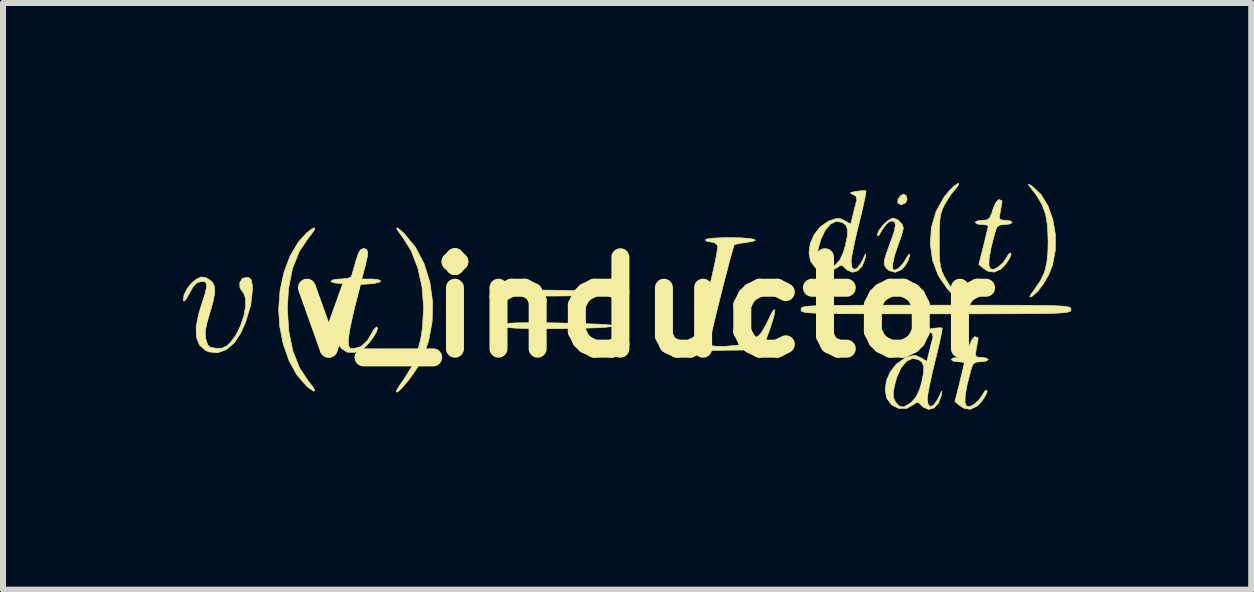
<source format=kicad_pcb>
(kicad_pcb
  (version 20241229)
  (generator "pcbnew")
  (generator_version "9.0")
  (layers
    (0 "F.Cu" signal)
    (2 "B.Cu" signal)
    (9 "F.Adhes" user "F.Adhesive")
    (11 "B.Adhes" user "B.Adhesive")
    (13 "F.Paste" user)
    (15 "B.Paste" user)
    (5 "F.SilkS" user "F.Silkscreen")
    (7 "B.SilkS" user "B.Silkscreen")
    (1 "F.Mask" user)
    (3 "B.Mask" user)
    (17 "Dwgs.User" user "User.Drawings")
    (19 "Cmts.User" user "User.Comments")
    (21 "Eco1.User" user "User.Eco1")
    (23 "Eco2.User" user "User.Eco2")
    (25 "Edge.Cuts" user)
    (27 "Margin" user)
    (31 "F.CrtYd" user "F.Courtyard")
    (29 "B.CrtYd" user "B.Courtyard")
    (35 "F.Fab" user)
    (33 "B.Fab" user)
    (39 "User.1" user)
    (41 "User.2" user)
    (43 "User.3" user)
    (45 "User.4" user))
  (footprint "v_inductor"
    (layer "F.Cu")
    (at 7.691 2.073)
    (property "Reference" "v_inductor" (at 0 0 0) (layer "F.SilkS") (effects (font (size 1.524 1.524) (thickness 0.3))))
    (attr through_hole)
    (fp_poly (pts (xy 4.367 -1.859) (xy 4.38 -1.799) (xy 4.358 -1.744) (xy 4.351 -1.739) (xy 4.279 -1.708) (xy 4.233 -1.733) (xy 4.226 -1.743) (xy 4.228 -1.798) (xy 4.267 -1.857) (xy 4.321 -1.887) (xy 4.324 -1.887) (xy 4.367 -1.859)) (stroke (width 0.01) (type solid)) (fill yes) (layer "F.SilkS"))
    (fp_poly (pts (xy -1.765 -0.288) (xy -1.555 -0.286) (xy -1.336 -0.282) (xy -1.12 -0.276) (xy -0.919 -0.27) (xy -0.745 -0.262) (xy -0.609 -0.253) (xy -0.523 -0.244) (xy -0.499 -0.236) (xy -0.536 -0.224) (xy -0.634 -0.214) (xy -0.781 -0.205) (xy -0.964 -0.198) (xy -1.171 -0.192) (xy -1.392 -0.189) (xy -1.612 -0.188) (xy -1.822 -0.189) (xy -2.007 -0.192) (xy -2.158 -0.198) (xy -2.26 -0.206) (xy -2.304 -0.217) (xy -2.304 -0.217) (xy -2.298 -0.261) (xy -2.279 -0.273) (xy -2.223 -0.281) (xy -2.111 -0.285) (xy -1.954 -0.288) (xy -1.765 -0.288)) (stroke (width 0.01) (type solid)) (fill yes) (layer "F.SilkS"))
    (fp_poly (pts (xy -1.765 0.257) (xy -1.555 0.259) (xy -1.336 0.263) (xy -1.12 0.268) (xy -0.919 0.275) (xy -0.745 0.282) (xy -0.609 0.291) (xy -0.523 0.3) (xy -0.499 0.308) (xy -0.536 0.32) (xy -0.634 0.331) (xy -0.781 0.34) (xy -0.964 0.347) (xy -1.171 0.352) (xy -1.392 0.355) (xy -1.612 0.357) (xy -1.822 0.356) (xy -2.007 0.352) (xy -2.158 0.347) (xy -2.26 0.338) (xy -2.304 0.327) (xy -2.304 0.327) (xy -2.298 0.284) (xy -2.279 0.271) (xy -2.223 0.264) (xy -2.111 0.259) (xy -1.954 0.257) (xy -1.765 0.257)) (stroke (width 0.01) (type solid)) (fill yes) (layer "F.SilkS"))
    (fp_poly (pts (xy -5.499 -1.293) (xy -5.554 -1.214) (xy -5.588 -1.173) (xy -5.749 -0.936) (xy -5.865 -0.647) (xy -5.932 -0.311) (xy -5.951 0.015) (xy -5.928 0.393) (xy -5.86 0.726) (xy -5.748 1.009) (xy -5.602 1.229) (xy -5.522 1.331) (xy -5.493 1.388) (xy -5.512 1.398) (xy -5.577 1.356) (xy -5.633 1.31) (xy -5.791 1.128) (xy -5.921 0.892) (xy -6.019 0.615) (xy -6.079 0.311) (xy -6.096 0.036) (xy -6.073 -0.279) (xy -6.008 -0.581) (xy -5.906 -0.853) (xy -5.771 -1.083) (xy -5.633 -1.237) (xy -5.541 -1.309) (xy -5.496 -1.326) (xy -5.499 -1.293)) (stroke (width 0.01) (type solid)) (fill yes) (layer "F.SilkS"))
    (fp_poly (pts (xy 6.421 -2.046) (xy 6.466 -2.018) (xy 6.613 -1.881) (xy 6.729 -1.691) (xy 6.81 -1.464) (xy 6.852 -1.214) (xy 6.852 -0.956) (xy 6.805 -0.704) (xy 6.804 -0.702) (xy 6.743 -0.547) (xy 6.656 -0.395) (xy 6.56 -0.268) (xy 6.467 -0.186) (xy 6.459 -0.181) (xy 6.426 -0.172) (xy 6.436 -0.203) (xy 6.492 -0.282) (xy 6.509 -0.305) (xy 6.606 -0.448) (xy 6.672 -0.588) (xy 6.71 -0.746) (xy 6.728 -0.942) (xy 6.731 -1.107) (xy 6.722 -1.352) (xy 6.69 -1.548) (xy 6.629 -1.714) (xy 6.534 -1.871) (xy 6.485 -1.936) (xy 6.421 -2.019) (xy 6.4 -2.053) (xy 6.421 -2.046)) (stroke (width 0.01) (type solid)) (fill yes) (layer "F.SilkS"))
    (fp_poly (pts (xy -4.058 -1.281) (xy -4.006 -1.232) (xy -3.815 -1.001) (xy -3.671 -0.726) (xy -3.575 -0.419) (xy -3.53 -0.093) (xy -3.537 0.241) (xy -3.598 0.57) (xy -3.714 0.881) (xy -3.718 0.889) (xy -3.775 0.991) (xy -3.849 1.103) (xy -3.931 1.214) (xy -4.011 1.311) (xy -4.078 1.382) (xy -4.123 1.415) (xy -4.137 1.404) (xy -4.117 1.364) (xy -4.066 1.283) (xy -4.006 1.197) (xy -3.88 0.994) (xy -3.79 0.775) (xy -3.726 0.519) (xy -3.7 0.35) (xy -3.679 0.005) (xy -3.705 -0.334) (xy -3.775 -0.654) (xy -3.885 -0.938) (xy -4.013 -1.145) (xy -4.095 -1.257) (xy -4.13 -1.318) (xy -4.118 -1.326) (xy -4.058 -1.281)) (stroke (width 0.01) (type solid)) (fill yes) (layer "F.SilkS"))
    (fp_poly (pts (xy 5.241 -2.046) (xy 5.2 -1.989) (xy 5.181 -1.969) (xy 5.107 -1.874) (xy 5.029 -1.753) (xy 5.002 -1.705) (xy 4.965 -1.627) (xy 4.94 -1.549) (xy 4.926 -1.453) (xy 4.919 -1.323) (xy 4.917 -1.14) (xy 4.917 -1.107) (xy 4.918 -0.915) (xy 4.924 -0.777) (xy 4.938 -0.678) (xy 4.961 -0.598) (xy 4.996 -0.521) (xy 5.002 -0.508) (xy 5.074 -0.388) (xy 5.153 -0.278) (xy 5.181 -0.245) (xy 5.231 -0.182) (xy 5.241 -0.147) (xy 5.235 -0.145) (xy 5.191 -0.171) (xy 5.119 -0.237) (xy 5.049 -0.311) (xy 4.898 -0.535) (xy 4.804 -0.789) (xy 4.767 -1.06) (xy 4.787 -1.334) (xy 4.863 -1.597) (xy 4.995 -1.835) (xy 5.09 -1.95) (xy 5.166 -2.022) (xy 5.225 -2.064) (xy 5.239 -2.068) (xy 5.241 -2.046)) (stroke (width 0.01) (type solid)) (fill yes) (layer "F.SilkS"))
    (fp_poly (pts (xy 4.225 -1.459) (xy 4.292 -1.392) (xy 4.318 -1.323) (xy 4.306 -1.265) (xy 4.274 -1.161) (xy 4.229 -1.035) (xy 4.227 -1.031) (xy 4.171 -0.863) (xy 4.142 -0.731) (xy 4.14 -0.646) (xy 4.166 -0.617) (xy 4.233 -0.647) (xy 4.31 -0.727) (xy 4.367 -0.816) (xy 4.404 -0.876) (xy 4.424 -0.884) (xy 4.425 -0.878) (xy 4.403 -0.791) (xy 4.347 -0.693) (xy 4.285 -0.627) (xy 4.181 -0.584) (xy 4.081 -0.611) (xy 4.048 -0.638) (xy 4.013 -0.68) (xy 3.998 -0.727) (xy 4.004 -0.793) (xy 4.033 -0.894) (xy 4.088 -1.044) (xy 4.105 -1.088) (xy 4.164 -1.259) (xy 4.186 -1.372) (xy 4.172 -1.431) (xy 4.122 -1.44) (xy 4.087 -1.43) (xy 4.031 -1.384) (xy 3.97 -1.3) (xy 3.955 -1.275) (xy 3.91 -1.201) (xy 3.887 -1.193) (xy 3.884 -1.209) (xy 3.91 -1.279) (xy 3.974 -1.364) (xy 4.054 -1.44) (xy 4.129 -1.484) (xy 4.149 -1.488) (xy 4.225 -1.459)) (stroke (width 0.01) (type solid)) (fill yes) (layer "F.SilkS"))
    (fp_poly (pts (xy 5.322 -0.036) (xy 5.714 -0.036) (xy 6.044 -0.035) (xy 6.318 -0.034) (xy 6.54 -0.032) (xy 6.717 -0.03) (xy 6.853 -0.026) (xy 6.953 -0.021) (xy 7.024 -0.014) (xy 7.069 -0.006) (xy 7.096 0.003) (xy 7.108 0.015) (xy 7.112 0.029) (xy 7.112 0.036) (xy 7.111 0.051) (xy 7.103 0.064) (xy 7.084 0.074) (xy 7.049 0.083) (xy 6.991 0.09) (xy 6.906 0.096) (xy 6.788 0.1) (xy 6.632 0.104) (xy 6.433 0.106) (xy 6.185 0.107) (xy 5.884 0.108) (xy 5.522 0.109) (xy 5.097 0.109) (xy 4.862 0.109) (xy 4.403 0.109) (xy 4.011 0.109) (xy 3.68 0.108) (xy 3.407 0.107) (xy 3.184 0.105) (xy 3.008 0.102) (xy 2.872 0.098) (xy 2.771 0.093) (xy 2.701 0.087) (xy 2.655 0.079) (xy 2.629 0.069) (xy 2.616 0.058) (xy 2.613 0.044) (xy 2.613 0.036) (xy 2.614 0.021) (xy 2.621 0.009) (xy 2.64 -0.002) (xy 2.676 -0.011) (xy 2.733 -0.018) (xy 2.818 -0.024) (xy 2.936 -0.028) (xy 3.092 -0.031) (xy 3.291 -0.033) (xy 3.539 -0.035) (xy 3.841 -0.036) (xy 4.202 -0.036) (xy 4.628 -0.036) (xy 4.862 -0.036) (xy 5.322 -0.036)) (stroke (width 0.01) (type solid)) (fill yes) (layer "F.SilkS"))
    (fp_poly (pts (xy 5.56 0.509) (xy 5.564 0.526) (xy 5.554 0.583) (xy 5.537 0.678) (xy 5.533 0.698) (xy 5.52 0.787) (xy 5.535 0.825) (xy 5.591 0.834) (xy 5.62 0.835) (xy 5.698 0.845) (xy 5.733 0.869) (xy 5.733 0.871) (xy 5.701 0.895) (xy 5.623 0.907) (xy 5.608 0.907) (xy 5.524 0.915) (xy 5.478 0.951) (xy 5.446 1.037) (xy 5.445 1.043) (xy 5.382 1.287) (xy 5.349 1.467) (xy 5.345 1.586) (xy 5.371 1.647) (xy 5.428 1.653) (xy 5.497 1.618) (xy 5.58 1.543) (xy 5.632 1.468) (xy 5.672 1.402) (xy 5.704 1.379) (xy 5.715 1.403) (xy 5.691 1.463) (xy 5.644 1.539) (xy 5.587 1.61) (xy 5.544 1.649) (xy 5.432 1.7) (xy 5.327 1.683) (xy 5.26 1.639) (xy 5.177 1.572) (xy 5.256 1.259) (xy 5.29 1.117) (xy 5.317 1.005) (xy 5.332 0.937) (xy 5.334 0.927) (xy 5.302 0.913) (xy 5.226 0.907) (xy 5.225 0.907) (xy 5.149 0.897) (xy 5.116 0.871) (xy 5.116 0.871) (xy 5.148 0.846) (xy 5.226 0.835) (xy 5.237 0.835) (xy 5.311 0.829) (xy 5.355 0.799) (xy 5.389 0.728) (xy 5.409 0.662) (xy 5.454 0.55) (xy 5.5 0.494) (xy 5.515 0.49) (xy 5.56 0.509)) (stroke (width 0.01) (type solid)) (fill yes) (layer "F.SilkS"))
    (fp_poly (pts (xy 5.959 -1.777) (xy 5.963 -1.76) (xy 5.953 -1.703) (xy 5.936 -1.608) (xy 5.932 -1.588) (xy 5.919 -1.499) (xy 5.934 -1.461) (xy 5.99 -1.452) (xy 6.019 -1.451) (xy 6.098 -1.441) (xy 6.132 -1.417) (xy 6.132 -1.415) (xy 6.1 -1.391) (xy 6.022 -1.379) (xy 6.007 -1.379) (xy 5.923 -1.371) (xy 5.877 -1.335) (xy 5.846 -1.249) (xy 5.844 -1.243) (xy 5.781 -0.999) (xy 5.748 -0.819) (xy 5.744 -0.7) (xy 5.771 -0.639) (xy 5.827 -0.633) (xy 5.896 -0.668) (xy 5.979 -0.743) (xy 6.031 -0.818) (xy 6.071 -0.884) (xy 6.103 -0.907) (xy 6.114 -0.883) (xy 6.09 -0.823) (xy 6.044 -0.747) (xy 5.986 -0.676) (xy 5.943 -0.637) (xy 5.831 -0.586) (xy 5.726 -0.603) (xy 5.659 -0.647) (xy 5.576 -0.714) (xy 5.655 -1.027) (xy 5.69 -1.169) (xy 5.717 -1.281) (xy 5.731 -1.349) (xy 5.733 -1.359) (xy 5.702 -1.373) (xy 5.625 -1.379) (xy 5.624 -1.379) (xy 5.548 -1.389) (xy 5.515 -1.415) (xy 5.515 -1.415) (xy 5.547 -1.44) (xy 5.625 -1.451) (xy 5.636 -1.451) (xy 5.71 -1.457) (xy 5.754 -1.487) (xy 5.788 -1.558) (xy 5.808 -1.624) (xy 5.853 -1.736) (xy 5.899 -1.792) (xy 5.915 -1.796) (xy 5.959 -1.777)) (stroke (width 0.01) (type solid)) (fill yes) (layer "F.SilkS"))
    (fp_poly (pts (xy -7.321 -0.498) (xy -7.266 -0.471) (xy -7.199 -0.418) (xy -7.165 -0.345) (xy -7.161 -0.24) (xy -7.19 -0.092) (xy -7.242 0.091) (xy -7.291 0.26) (xy -7.316 0.38) (xy -7.319 0.472) (xy -7.308 0.539) (xy -7.278 0.627) (xy -7.231 0.667) (xy -7.138 0.683) (xy -7.138 0.683) (xy -7.036 0.68) (xy -6.958 0.642) (xy -6.895 0.581) (xy -6.804 0.457) (xy -6.73 0.305) (xy -6.676 0.143) (xy -6.647 -0.013) (xy -6.647 -0.146) (xy -6.679 -0.238) (xy -6.695 -0.254) (xy -6.742 -0.328) (xy -6.744 -0.412) (xy -6.703 -0.477) (xy -6.677 -0.49) (xy -6.598 -0.499) (xy -6.553 -0.46) (xy -6.534 -0.363) (xy -6.532 -0.297) (xy -6.562 -0.033) (xy -6.647 0.248) (xy -6.727 0.428) (xy -6.838 0.595) (xy -6.97 0.706) (xy -7.113 0.758) (xy -7.257 0.744) (xy -7.312 0.72) (xy -7.414 0.631) (xy -7.467 0.5) (xy -7.471 0.324) (xy -7.426 0.099) (xy -7.384 -0.036) (xy -7.328 -0.209) (xy -7.3 -0.325) (xy -7.299 -0.394) (xy -7.326 -0.426) (xy -7.382 -0.43) (xy -7.393 -0.429) (xy -7.462 -0.406) (xy -7.52 -0.347) (xy -7.583 -0.236) (xy -7.639 -0.135) (xy -7.674 -0.101) (xy -7.686 -0.119) (xy -7.673 -0.208) (xy -7.619 -0.315) (xy -7.538 -0.414) (xy -7.464 -0.471) (xy -7.386 -0.506) (xy -7.321 -0.498)) (stroke (width 0.01) (type solid)) (fill yes) (layer "F.SilkS"))
    (fp_poly (pts (xy -4.633 -0.968) (xy -4.612 -0.926) (xy -4.618 -0.841) (xy -4.65 -0.702) (xy -4.66 -0.662) (xy -4.711 -0.472) (xy -4.551 -0.472) (xy -4.439 -0.463) (xy -4.395 -0.442) (xy -4.419 -0.417) (xy -4.51 -0.397) (xy -4.561 -0.392) (xy -4.731 -0.381) (xy -4.832 0.018) (xy -4.873 0.194) (xy -4.907 0.357) (xy -4.928 0.488) (xy -4.934 0.553) (xy -4.928 0.644) (xy -4.902 0.682) (xy -4.852 0.689) (xy -4.726 0.655) (xy -4.616 0.554) (xy -4.557 0.455) (xy -4.51 0.373) (xy -4.469 0.329) (xy -4.461 0.327) (xy -4.446 0.351) (xy -4.468 0.413) (xy -4.516 0.496) (xy -4.58 0.583) (xy -4.648 0.657) (xy -4.691 0.691) (xy -4.835 0.753) (xy -4.956 0.747) (xy -5.044 0.689) (xy -5.084 0.641) (xy -5.106 0.585) (xy -5.11 0.509) (xy -5.096 0.398) (xy -5.064 0.241) (xy -5.026 0.079) (xy -4.979 -0.112) (xy -4.951 -0.245) (xy -4.942 -0.328) (xy -4.953 -0.375) (xy -4.986 -0.394) (xy -5.041 -0.399) (xy -5.08 -0.399) (xy -5.171 -0.407) (xy -5.221 -0.427) (xy -5.225 -0.435) (xy -5.193 -0.457) (xy -5.111 -0.47) (xy -5.061 -0.472) (xy -4.949 -0.481) (xy -4.888 -0.508) (xy -4.882 -0.517) (xy -4.865 -0.575) (xy -4.835 -0.678) (xy -4.809 -0.771) (xy -4.77 -0.893) (xy -4.732 -0.958) (xy -4.688 -0.979) (xy -4.68 -0.98) (xy -4.633 -0.968)) (stroke (width 0.01) (type solid)) (fill yes) (layer "F.SilkS"))
    (fp_poly (pts (xy 1.615 -1.158) (xy 1.749 -1.148) (xy 1.829 -1.134) (xy 1.852 -1.118) (xy 1.812 -1.1) (xy 1.705 -1.082) (xy 1.685 -1.079) (xy 1.582 -1.064) (xy 1.513 -1.047) (xy 1.5 -1.041) (xy 1.486 -1.001) (xy 1.457 -0.902) (xy 1.418 -0.758) (xy 1.371 -0.579) (xy 1.319 -0.38) (xy 1.267 -0.171) (xy 1.215 0.035) (xy 1.169 0.225) (xy 1.131 0.388) (xy 1.104 0.511) (xy 1.09 0.581) (xy 1.09 0.59) (xy 1.099 0.624) (xy 1.138 0.643) (xy 1.223 0.651) (xy 1.333 0.652) (xy 1.566 0.63) (xy 1.763 0.567) (xy 1.91 0.47) (xy 1.931 0.448) (xy 1.982 0.374) (xy 2.042 0.264) (xy 2.069 0.207) (xy 2.125 0.091) (xy 2.161 0.039) (xy 2.176 0.047) (xy 2.169 0.11) (xy 2.139 0.222) (xy 2.089 0.372) (xy 1.968 0.708) (xy 1.256 0.717) (xy 0.978 0.719) (xy 0.768 0.717) (xy 0.626 0.71) (xy 0.554 0.698) (xy 0.544 0.69) (xy 0.576 0.664) (xy 0.646 0.653) (xy 0.743 0.637) (xy 0.805 0.608) (xy 0.83 0.56) (xy 0.867 0.454) (xy 0.914 0.302) (xy 0.966 0.118) (xy 1.021 -0.087) (xy 1.074 -0.299) (xy 1.125 -0.507) (xy 1.167 -0.696) (xy 1.2 -0.855) (xy 1.219 -0.971) (xy 1.221 -1.031) (xy 1.221 -1.033) (xy 1.172 -1.075) (xy 1.108 -1.089) (xy 1.039 -1.101) (xy 1.016 -1.125) (xy 1.051 -1.141) (xy 1.149 -1.153) (xy 1.303 -1.16) (xy 1.433 -1.161) (xy 1.615 -1.158)) (stroke (width 0.01) (type solid)) (fill yes) (layer "F.SilkS"))
    (fp_poly (pts (xy 3.689 -1.944) (xy 3.695 -1.941) (xy 3.692 -1.903) (xy 3.674 -1.806) (xy 3.643 -1.665) (xy 3.602 -1.491) (xy 3.579 -1.399) (xy 3.532 -1.205) (xy 3.493 -1.027) (xy 3.464 -0.883) (xy 3.449 -0.786) (xy 3.447 -0.765) (xy 3.461 -0.665) (xy 3.499 -0.63) (xy 3.554 -0.657) (xy 3.618 -0.747) (xy 3.643 -0.798) (xy 3.68 -0.876) (xy 3.692 -0.891) (xy 3.686 -0.845) (xy 3.68 -0.816) (xy 3.633 -0.688) (xy 3.558 -0.608) (xy 3.469 -0.584) (xy 3.379 -0.623) (xy 3.349 -0.652) (xy 3.297 -0.7) (xy 3.254 -0.692) (xy 3.229 -0.671) (xy 3.106 -0.602) (xy 2.972 -0.599) (xy 2.849 -0.661) (xy 2.849 -0.662) (xy 2.77 -0.773) (xy 2.754 -0.862) (xy 2.879 -0.862) (xy 2.883 -0.783) (xy 2.912 -0.717) (xy 2.919 -0.706) (xy 2.983 -0.636) (xy 3.054 -0.625) (xy 3.145 -0.675) (xy 3.186 -0.707) (xy 3.262 -0.794) (xy 3.319 -0.919) (xy 3.352 -1.031) (xy 3.385 -1.191) (xy 3.388 -1.3) (xy 3.359 -1.37) (xy 3.3 -1.416) (xy 3.199 -1.434) (xy 3.102 -1.387) (xy 3.013 -1.282) (xy 2.94 -1.126) (xy 2.9 -0.983) (xy 2.879 -0.862) (xy 2.754 -0.862) (xy 2.745 -0.912) (xy 2.766 -1.063) (xy 2.83 -1.211) (xy 2.932 -1.34) (xy 3.065 -1.433) (xy 3.099 -1.448) (xy 3.197 -1.479) (xy 3.265 -1.479) (xy 3.338 -1.445) (xy 3.34 -1.444) (xy 3.44 -1.386) (xy 3.482 -1.555) (xy 3.51 -1.67) (xy 3.535 -1.763) (xy 3.542 -1.787) (xy 3.531 -1.85) (xy 3.479 -1.881) (xy 3.435 -1.902) (xy 3.447 -1.916) (xy 3.522 -1.932) (xy 3.538 -1.934) (xy 3.632 -1.945) (xy 3.689 -1.944)) (stroke (width 0.01) (type solid)) (fill yes) (layer "F.SilkS"))
    (fp_poly (pts (xy 4.959 0.342) (xy 4.965 0.345) (xy 4.962 0.383) (xy 4.944 0.48) (xy 4.913 0.621) (xy 4.872 0.795) (xy 4.849 0.887) (xy 4.802 1.081) (xy 4.763 1.259) (xy 4.734 1.403) (xy 4.719 1.5) (xy 4.717 1.521) (xy 4.731 1.621) (xy 4.769 1.656) (xy 4.824 1.629) (xy 4.888 1.539) (xy 4.913 1.488) (xy 4.95 1.41) (xy 4.962 1.395) (xy 4.956 1.441) (xy 4.95 1.47) (xy 4.903 1.598) (xy 4.828 1.678) (xy 4.739 1.702) (xy 4.649 1.663) (xy 4.619 1.634) (xy 4.567 1.586) (xy 4.524 1.594) (xy 4.499 1.615) (xy 4.376 1.684) (xy 4.242 1.687) (xy 4.119 1.625) (xy 4.119 1.624) (xy 4.04 1.513) (xy 4.024 1.424) (xy 4.149 1.424) (xy 4.153 1.503) (xy 4.182 1.569) (xy 4.189 1.58) (xy 4.253 1.65) (xy 4.324 1.661) (xy 4.415 1.611) (xy 4.456 1.579) (xy 4.532 1.492) (xy 4.589 1.367) (xy 4.622 1.255) (xy 4.655 1.095) (xy 4.658 0.986) (xy 4.629 0.916) (xy 4.57 0.87) (xy 4.469 0.852) (xy 4.372 0.899) (xy 4.283 1.004) (xy 4.21 1.16) (xy 4.17 1.303) (xy 4.149 1.424) (xy 4.024 1.424) (xy 4.015 1.374) (xy 4.036 1.223) (xy 4.1 1.075) (xy 4.202 0.946) (xy 4.335 0.853) (xy 4.369 0.838) (xy 4.467 0.807) (xy 4.535 0.807) (xy 4.608 0.841) (xy 4.61 0.842) (xy 4.71 0.9) (xy 4.752 0.731) (xy 4.78 0.616) (xy 4.805 0.523) (xy 4.812 0.499) (xy 4.801 0.436) (xy 4.749 0.405) (xy 4.705 0.384) (xy 4.717 0.37) (xy 4.792 0.354) (xy 4.808 0.352) (xy 4.902 0.341) (xy 4.959 0.342)) (stroke (width 0.01) (type solid)) (fill yes) (layer "F.SilkS")))
  (gr_rect
    (start -3 -3)
    (end 17.808 6.78)
    (stroke (width 0.1) (type default))
    (fill no)
    (layer "Edge.Cuts")))
</source>
